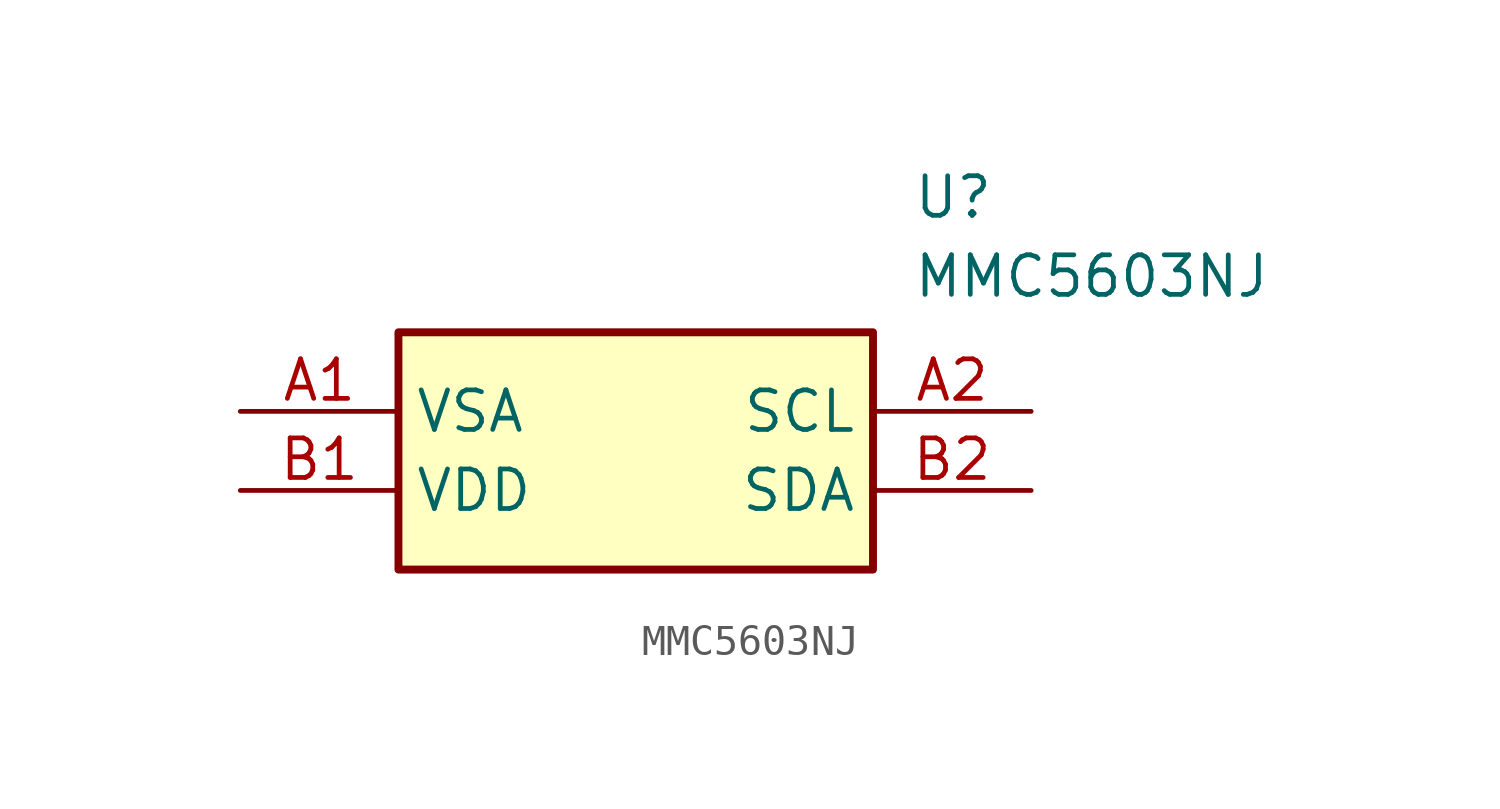
<source format=kicad_sym>
(kicad_symbol_lib
  (version 20220914)
  (generator kicad_symbol_editor)
  (symbol "MMC5603NJ"
    (property "Reference" "U"
      (at 21.59 7.62 0)
      (effects (font (size 1.27 1.27)) (justify left top)))
    (property "Value" "MMC5603NJ"
      (at 21.59 5.08 0)
      (effects (font (size 1.27 1.27)) (justify left top)))
    (symbol "MMC5603NJ_1_1"
      (rectangle (start 5.08 2.54) (end 20.32 -5.08) (stroke (width 0.254) (type default)) (fill (type background)))
      (pin passive line (at 0 0 0) (length 5.08) (name "VSA" (effects (font (size 1.27 1.27)))) (number "A1" (effects (font (size 1.27 1.27)))))
      (pin passive line (at 25.4 0 180) (length 5.08) (name "SCL" (effects (font (size 1.27 1.27)))) (number "A2" (effects (font (size 1.27 1.27)))))
      (pin passive line (at 0 -2.54 0) (length 5.08) (name "VDD" (effects (font (size 1.27 1.27)))) (number "B1" (effects (font (size 1.27 1.27)))))
      (pin passive line (at 25.4 -2.54 180) (length 5.08) (name "SDA" (effects (font (size 1.27 1.27)))) (number "B2" (effects (font (size 1.27 1.27))))))))
</source>
